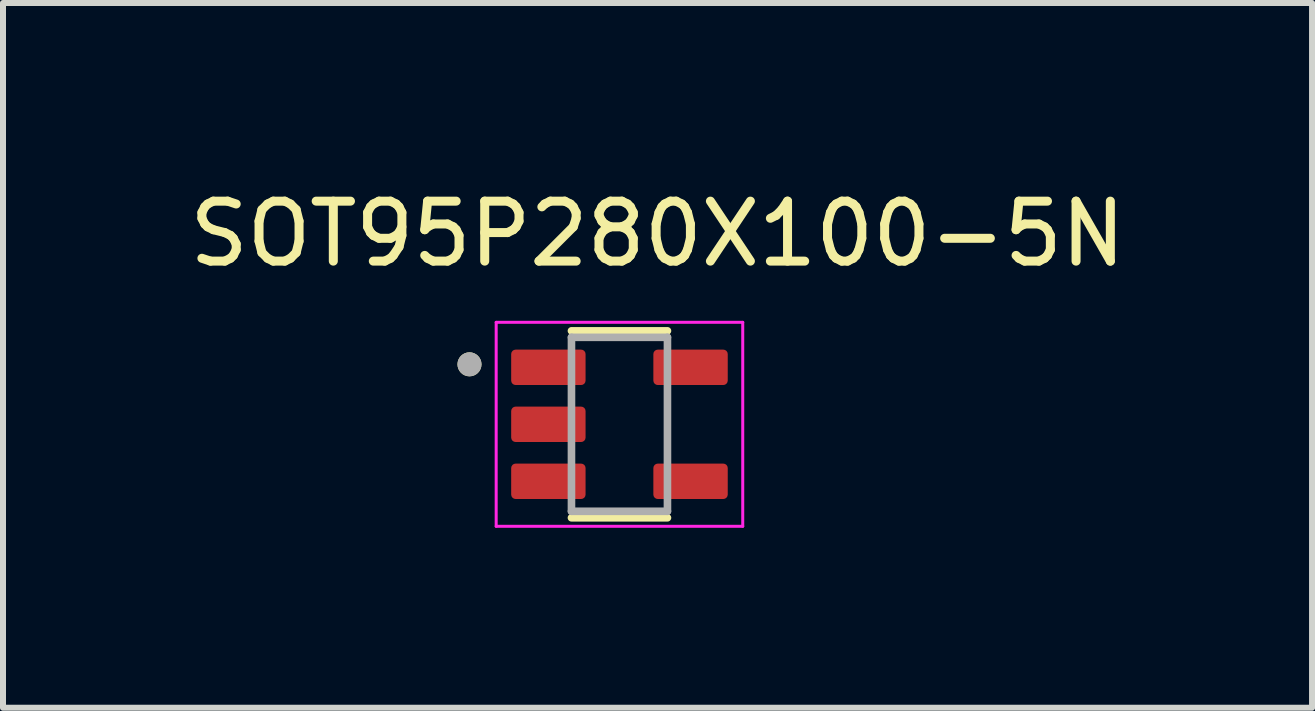
<source format=kicad_pcb>
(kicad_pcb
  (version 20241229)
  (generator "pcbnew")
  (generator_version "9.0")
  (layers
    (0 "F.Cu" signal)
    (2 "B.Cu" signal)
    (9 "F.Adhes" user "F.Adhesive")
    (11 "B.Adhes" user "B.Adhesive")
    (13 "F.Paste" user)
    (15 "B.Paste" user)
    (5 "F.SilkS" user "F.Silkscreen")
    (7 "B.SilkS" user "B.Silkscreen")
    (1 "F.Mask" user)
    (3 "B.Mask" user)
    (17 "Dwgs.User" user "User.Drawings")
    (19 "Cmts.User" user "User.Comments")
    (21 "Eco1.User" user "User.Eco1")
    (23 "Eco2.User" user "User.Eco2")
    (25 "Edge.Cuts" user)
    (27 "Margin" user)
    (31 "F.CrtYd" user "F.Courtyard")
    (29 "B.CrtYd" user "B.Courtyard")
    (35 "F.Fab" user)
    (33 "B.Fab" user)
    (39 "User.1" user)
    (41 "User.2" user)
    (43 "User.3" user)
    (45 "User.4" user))
  (footprint "SOT95P280X100-5N"
    (layer "F.Cu")
    (at 7.276 4.023)
    (property "Reference" "SOT95P280X100-5N" (at 0.635 -3.175 0) (layer "F.SilkS") (effects (font (size 1 1) (thickness 0.15))))
    (attr smd)
    (fp_line (start -0.8 1.558) (end 0.8 1.558) (stroke (width 0.127) (type solid)) (layer "F.SilkS"))
    (fp_line (start 0.8 -1.558) (end -0.8 -1.558) (stroke (width 0.127) (type solid)) (layer "F.SilkS"))
    (fp_circle (center -2.5 -1) (end -2.4 -1) (stroke (width 0.2) (type solid)) (fill no) (layer "F.SilkS"))
    (fp_line (start -2.055 -1.7) (end 2.055 -1.7) (stroke (width 0.05) (type solid)) (layer "F.CrtYd"))
    (fp_line (start -2.055 1.7) (end -2.055 -1.7) (stroke (width 0.05) (type solid)) (layer "F.CrtYd"))
    (fp_line (start 2.055 -1.7) (end 2.055 1.7) (stroke (width 0.05) (type solid)) (layer "F.CrtYd"))
    (fp_line (start 2.055 1.7) (end -2.055 1.7) (stroke (width 0.05) (type solid)) (layer "F.CrtYd"))
    (fp_line (start -0.8 -1.45) (end -0.8 1.45) (stroke (width 0.127) (type solid)) (layer "F.Fab"))
    (fp_line (start -0.8 1.45) (end 0.8 1.45) (stroke (width 0.127) (type solid)) (layer "F.Fab"))
    (fp_line (start 0.8 -1.45) (end -0.8 -1.45) (stroke (width 0.127) (type solid)) (layer "F.Fab"))
    (fp_line (start 0.8 1.45) (end 0.8 -1.45) (stroke (width 0.127) (type solid)) (layer "F.Fab"))
    (fp_circle (center -2.5 -1) (end -2.4 -1) (stroke (width 0.2) (type solid)) (fill no) (layer "F.Fab"))
    (pad "1" smd roundrect (at -1.185 -0.95) (size 1.24 0.59) (layers "F.Cu" "F.Mask" "F.Paste") (roundrect_rratio 0.125))
    (pad "2" smd roundrect (at -1.185 0) (size 1.24 0.59) (layers "F.Cu" "F.Mask" "F.Paste") (roundrect_rratio 0.125))
    (pad "3" smd roundrect (at -1.185 0.95) (size 1.24 0.59) (layers "F.Cu" "F.Mask" "F.Paste") (roundrect_rratio 0.125))
    (pad "4" smd roundrect (at 1.185 0.95) (size 1.24 0.59) (layers "F.Cu" "F.Mask" "F.Paste") (roundrect_rratio 0.125))
    (pad "5" smd roundrect (at 1.185 -0.95) (size 1.24 0.59) (layers "F.Cu" "F.Mask" "F.Paste") (roundrect_rratio 0.125)))
  (gr_rect
    (start -3 -3)
    (end 18.821 8.748)
    (stroke (width 0.1) (type default))
    (fill no)
    (layer "Edge.Cuts")))
</source>
